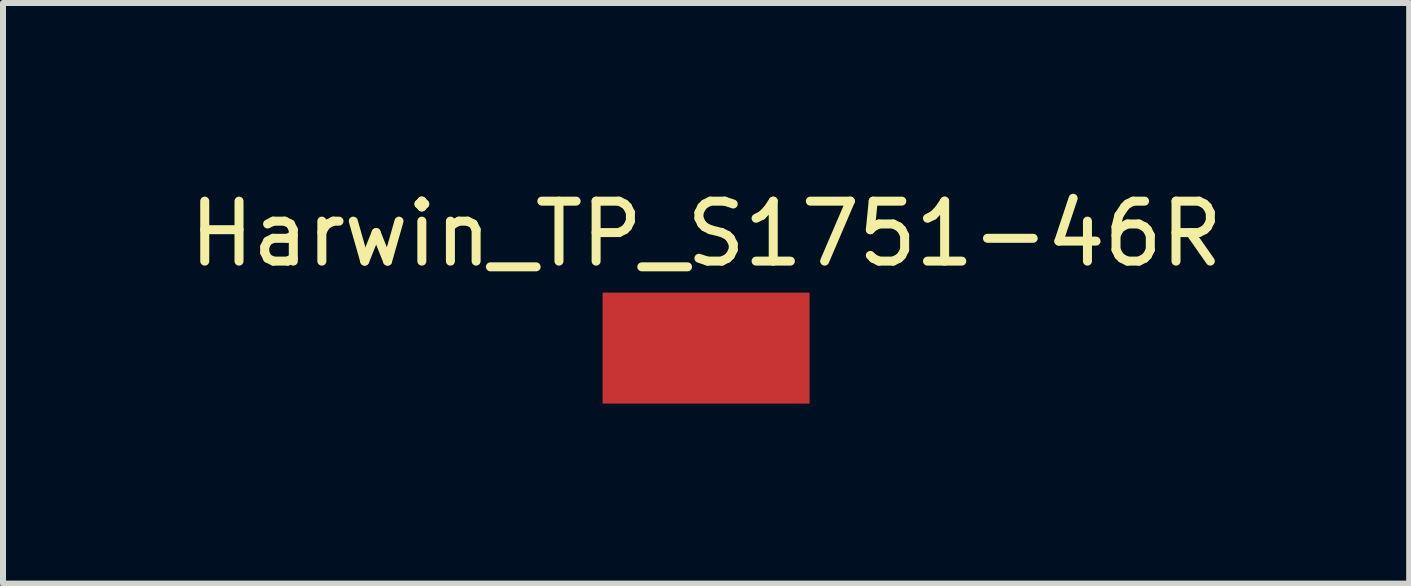
<source format=kicad_pcb>
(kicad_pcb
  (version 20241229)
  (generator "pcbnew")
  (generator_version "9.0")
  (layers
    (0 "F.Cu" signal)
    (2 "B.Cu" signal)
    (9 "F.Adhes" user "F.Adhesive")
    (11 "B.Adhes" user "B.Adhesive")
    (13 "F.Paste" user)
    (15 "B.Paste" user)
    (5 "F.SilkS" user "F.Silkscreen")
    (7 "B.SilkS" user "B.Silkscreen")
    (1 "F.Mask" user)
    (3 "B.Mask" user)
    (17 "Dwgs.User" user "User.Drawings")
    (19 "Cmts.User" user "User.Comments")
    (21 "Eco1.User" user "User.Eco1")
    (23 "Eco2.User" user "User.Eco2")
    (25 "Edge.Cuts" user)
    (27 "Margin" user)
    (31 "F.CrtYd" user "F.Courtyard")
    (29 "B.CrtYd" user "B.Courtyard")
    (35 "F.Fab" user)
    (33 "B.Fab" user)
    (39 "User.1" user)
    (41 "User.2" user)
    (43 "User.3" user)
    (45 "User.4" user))
  (footprint "Harwin_TP_S1751-46R"
    (layer "F.Cu")
    (at 8.72 2.753)
    (property "Reference" "Harwin_TP_S1751-46R" (at 0 -1.905 0) (layer "F.SilkS") (effects (font (size 1 1) (thickness 0.15))))
    (attr through_hole)
    (pad "1" smd rect (at 0 0) (size 3.45 1.85) (layers "F.Cu" "F.Mask" "F.Paste")))
  (gr_rect
    (start -3 -3)
    (end 20.44 6.678)
    (stroke (width 0.1) (type default))
    (fill no)
    (layer "Edge.Cuts")))
</source>
